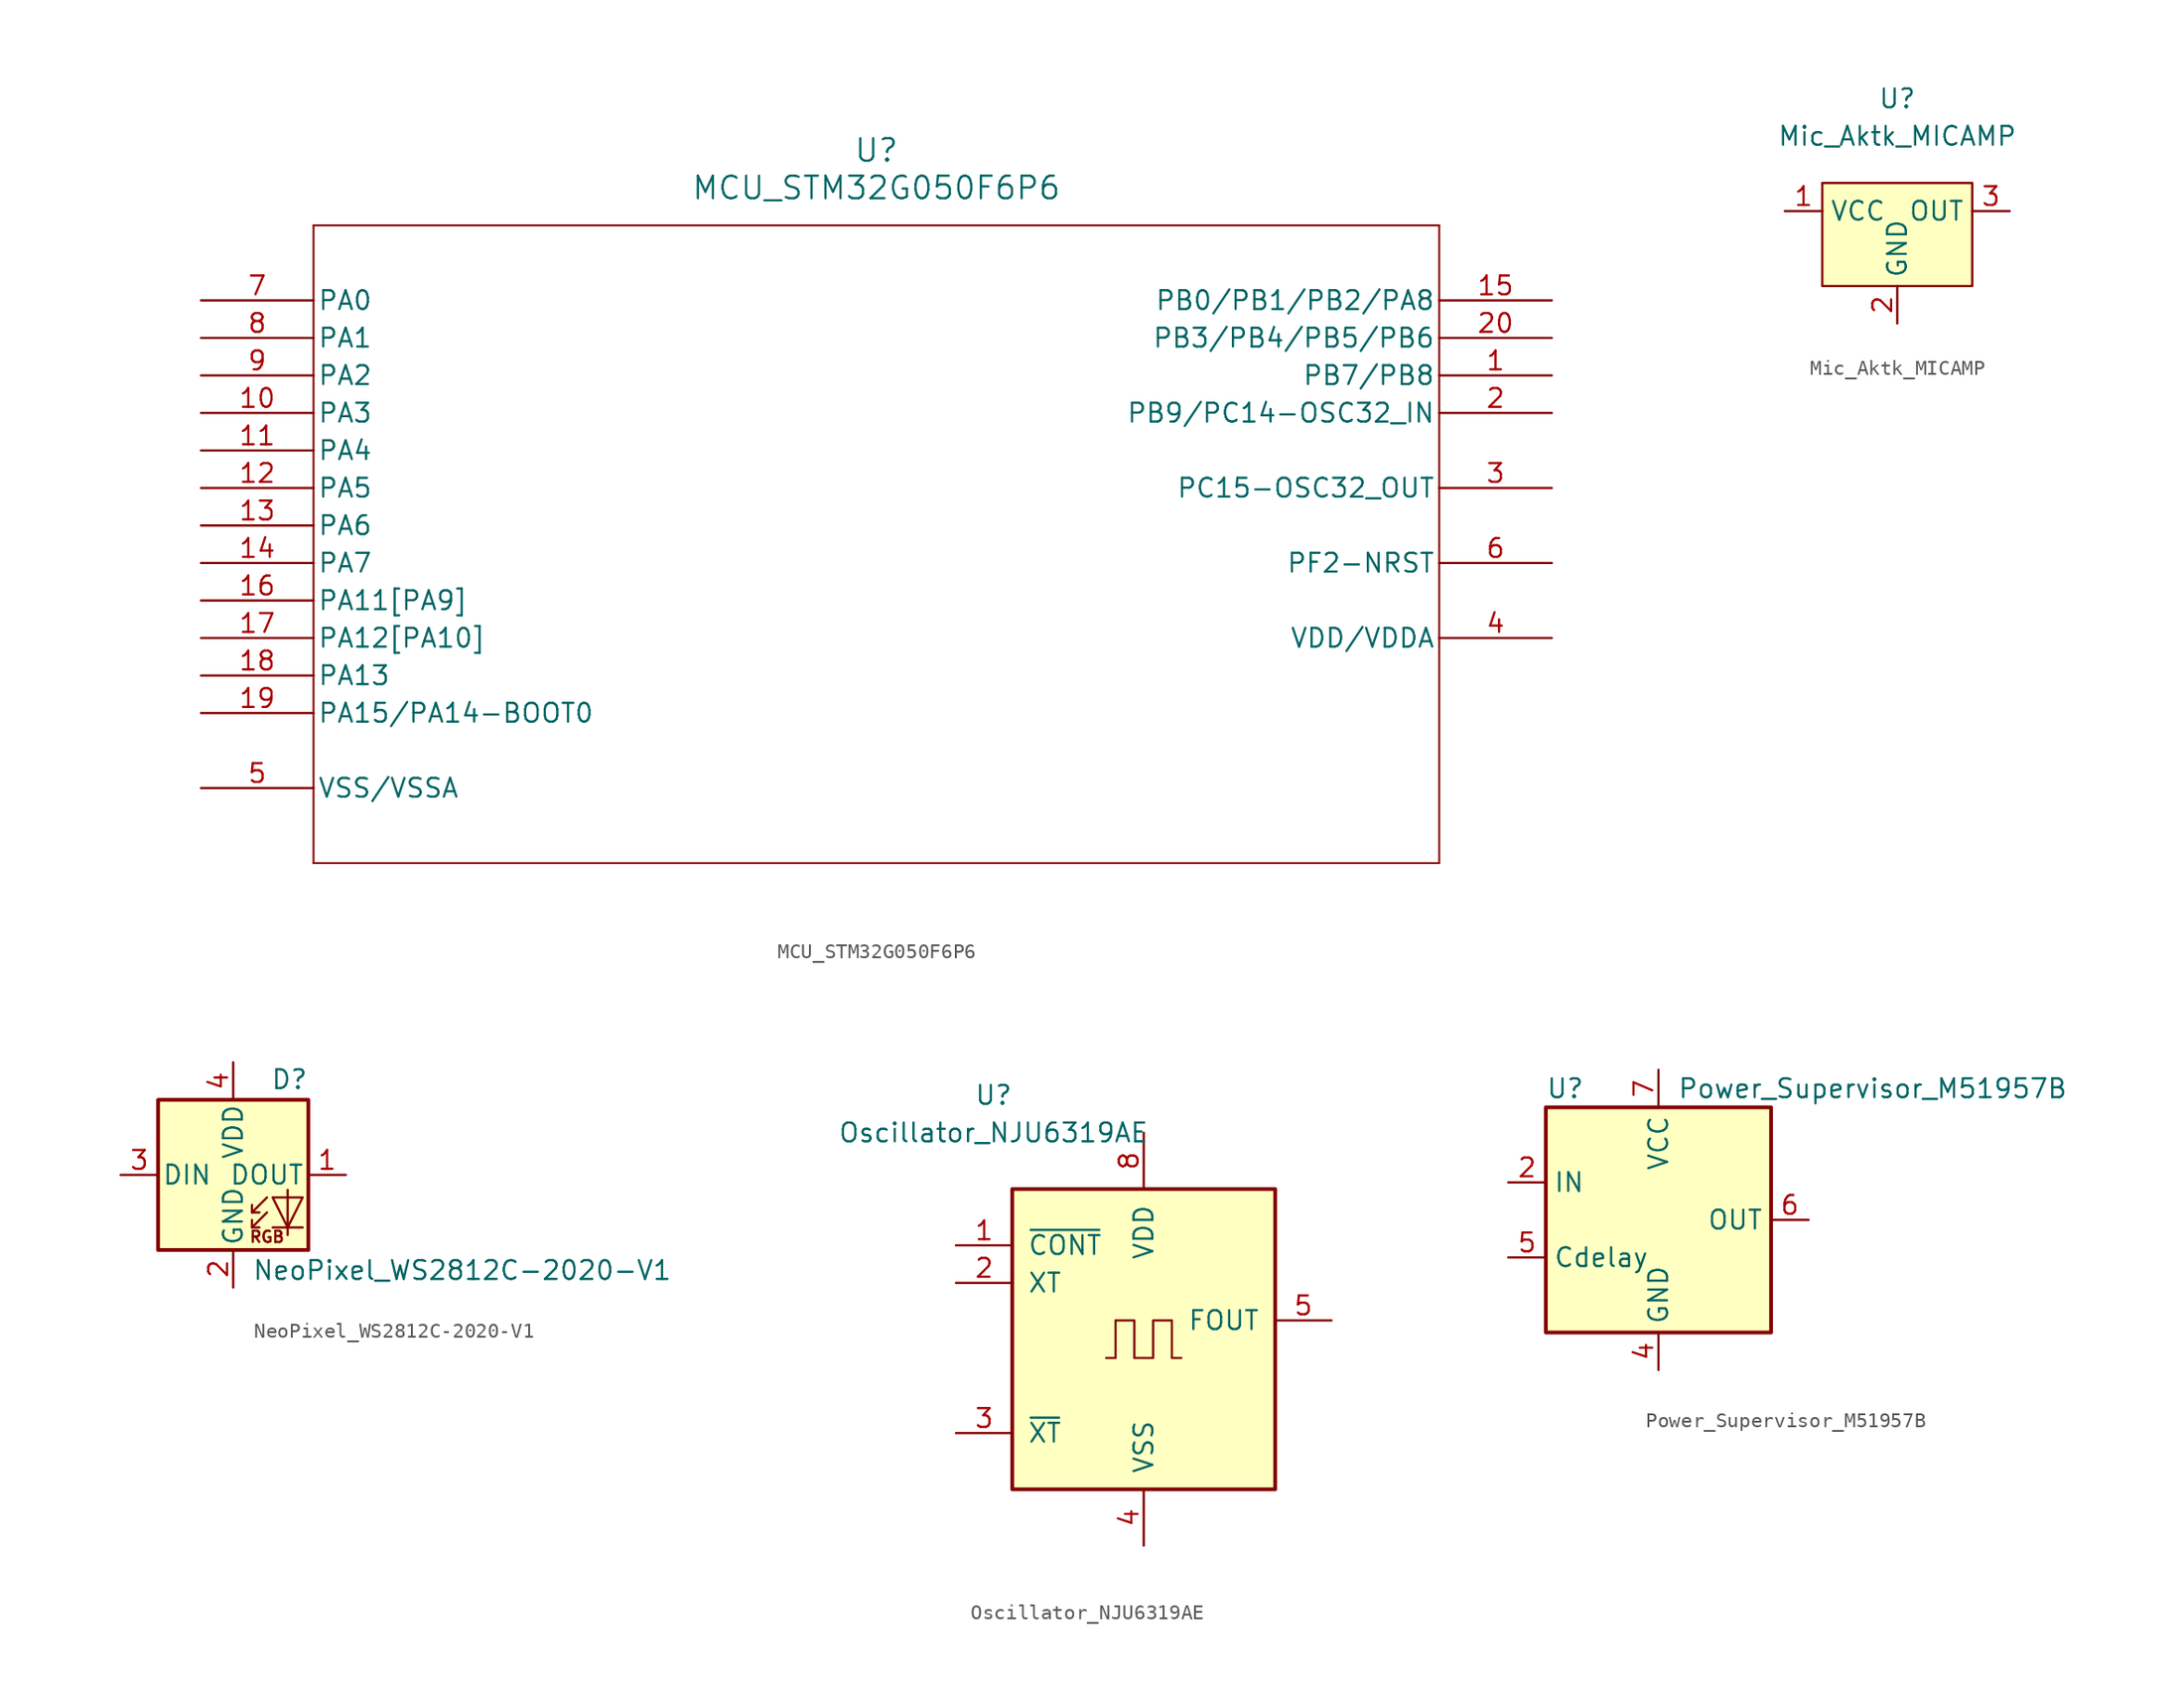
<source format=kicad_sym>
(kicad_symbol_lib
  (version 20220914)
  (generator kicad_symbol_editor)
  (symbol "MCU_STM32G050F6P6"
    (pin_names
      (offset 0.254))
    (property "Reference" "U"
      (at 45.72 10.16 0)
      (effects (font (size 1.524 1.524))))
    (property "Value" "MCU_STM32G050F6P6"
      (at 45.72 7.62 0)
      (effects (font (size 1.524 1.524))))
    (property "ki_locked" ""
      (at 0 0 0)
      (effects (font (size 1.27 1.27))))
    (symbol "MCU_STM32G050F6P6_0_1"
      (polyline (pts (xy 7.62 -38.1) (xy 83.82 -38.1)) (stroke (width 0.127) (type default)) (fill (type none)))
      (polyline (pts (xy 7.62 5.08) (xy 7.62 -38.1)) (stroke (width 0.127) (type default)) (fill (type none)))
      (polyline (pts (xy 83.82 -38.1) (xy 83.82 5.08)) (stroke (width 0.127) (type default)) (fill (type none)))
      (polyline (pts (xy 83.82 5.08) (xy 7.62 5.08)) (stroke (width 0.127) (type default)) (fill (type none)))
      (pin bidirectional line (at 91.44 -5.08 180) (length 7.62) (name "PB7/PB8" (effects (font (size 1.27 1.27)))) (number "1" (effects (font (size 1.27 1.27)))))
      (pin bidirectional line (at 0 -7.62 0) (length 7.62) (name "PA3" (effects (font (size 1.27 1.27)))) (number "10" (effects (font (size 1.27 1.27)))))
      (pin bidirectional line (at 0 -10.16 0) (length 7.62) (name "PA4" (effects (font (size 1.27 1.27)))) (number "11" (effects (font (size 1.27 1.27)))))
      (pin bidirectional line (at 0 -12.7 0) (length 7.62) (name "PA5" (effects (font (size 1.27 1.27)))) (number "12" (effects (font (size 1.27 1.27)))))
      (pin bidirectional line (at 0 -15.24 0) (length 7.62) (name "PA6" (effects (font (size 1.27 1.27)))) (number "13" (effects (font (size 1.27 1.27)))))
      (pin bidirectional line (at 0 -17.78 0) (length 7.62) (name "PA7" (effects (font (size 1.27 1.27)))) (number "14" (effects (font (size 1.27 1.27)))))
      (pin bidirectional line (at 91.44 0 180) (length 7.62) (name "PB0/PB1/PB2/PA8" (effects (font (size 1.27 1.27)))) (number "15" (effects (font (size 1.27 1.27)))))
      (pin bidirectional line (at 0 -20.32 0) (length 7.62) (name "PA11[PA9]" (effects (font (size 1.27 1.27)))) (number "16" (effects (font (size 1.27 1.27)))))
      (pin bidirectional line (at 0 -22.86 0) (length 7.62) (name "PA12[PA10]" (effects (font (size 1.27 1.27)))) (number "17" (effects (font (size 1.27 1.27)))))
      (pin bidirectional line (at 0 -25.4 0) (length 7.62) (name "PA13" (effects (font (size 1.27 1.27)))) (number "18" (effects (font (size 1.27 1.27)))))
      (pin bidirectional line (at 0 -27.94 0) (length 7.62) (name "PA15/PA14-BOOT0" (effects (font (size 1.27 1.27)))) (number "19" (effects (font (size 1.27 1.27)))))
      (pin bidirectional line (at 91.44 -7.62 180) (length 7.62) (name "PB9/PC14-OSC32_IN" (effects (font (size 1.27 1.27)))) (number "2" (effects (font (size 1.27 1.27)))))
      (pin bidirectional line (at 91.44 -2.54 180) (length 7.62) (name "PB3/PB4/PB5/PB6" (effects (font (size 1.27 1.27)))) (number "20" (effects (font (size 1.27 1.27)))))
      (pin bidirectional line (at 91.44 -12.7 180) (length 7.62) (name "PC15-OSC32_OUT" (effects (font (size 1.27 1.27)))) (number "3" (effects (font (size 1.27 1.27)))))
      (pin power_in line (at 91.44 -22.86 180) (length 7.62) (name "VDD/VDDA" (effects (font (size 1.27 1.27)))) (number "4" (effects (font (size 1.27 1.27)))))
      (pin power_in line (at 0 -33.02 0) (length 7.62) (name "VSS/VSSA" (effects (font (size 1.27 1.27)))) (number "5" (effects (font (size 1.27 1.27)))))
      (pin bidirectional line (at 91.44 -17.78 180) (length 7.62) (name "PF2-NRST" (effects (font (size 1.27 1.27)))) (number "6" (effects (font (size 1.27 1.27)))))
      (pin bidirectional line (at 0 0 0) (length 7.62) (name "PA0" (effects (font (size 1.27 1.27)))) (number "7" (effects (font (size 1.27 1.27)))))
      (pin bidirectional line (at 0 -2.54 0) (length 7.62) (name "PA1" (effects (font (size 1.27 1.27)))) (number "8" (effects (font (size 1.27 1.27)))))
      (pin bidirectional line (at 0 -5.08 0) (length 7.62) (name "PA2" (effects (font (size 1.27 1.27)))) (number "9" (effects (font (size 1.27 1.27)))))))
  (symbol "Mic_Aktk_MICAMP"
    (property "Reference" "U"
      (at 0 7.62 0)
      (effects (font (size 1.27 1.27))))
    (property "Value" "Mic_Aktk_MICAMP"
      (at 0 5.08 0)
      (effects (font (size 1.27 1.27))))
    (symbol "Mic_Aktk_MICAMP_0_1"
      (rectangle (start -5.08 1.905) (end 5.08 -5.08) (stroke (width 0) (type default)) (fill (type background))))
    (symbol "Mic_Aktk_MICAMP_1_1"
      (pin power_in line (at -7.62 0 0) (length 2.54) (name "VCC" (effects (font (size 1.27 1.27)))) (number "1" (effects (font (size 1.27 1.27)))))
      (pin bidirectional line (at 0 -7.62 90) (length 2.54) (name "GND" (effects (font (size 1.27 1.27)))) (number "2" (effects (font (size 1.27 1.27)))))
      (pin bidirectional line (at 7.62 0 180) (length 2.54) (name "OUT" (effects (font (size 1.27 1.27)))) (number "3" (effects (font (size 1.27 1.27)))))))
  (symbol "NeoPixel_WS2812C-2020-V1"
    (pin_names
      (offset 0.254))
    (property "Reference" "D"
      (at 5.08 5.715 0)
      (effects (font (size 1.27 1.27)) (justify right bottom)))
    (property "Value" "NeoPixel_WS2812C-2020-V1"
      (at 1.27 -5.715 0)
      (effects (font (size 1.27 1.27)) (justify left top)))
    (symbol "NeoPixel_WS2812C-2020-V1_0_0"
      (text "RGB" (at 2.286 -4.191 0) (effects (font (size 0.762 0.762)))))
    (symbol "NeoPixel_WS2812C-2020-V1_0_1"
      (polyline (pts (xy 1.27 -3.556) (xy 1.778 -3.556)) (stroke (width 0) (type default)) (fill (type none)))
      (polyline (pts (xy 1.27 -2.54) (xy 1.778 -2.54)) (stroke (width 0) (type default)) (fill (type none)))
      (polyline (pts (xy 4.699 -3.556) (xy 2.667 -3.556)) (stroke (width 0) (type default)) (fill (type none)))
      (polyline (pts (xy 2.286 -2.54) (xy 1.27 -3.556) (xy 1.27 -3.048)) (stroke (width 0) (type default)) (fill (type none)))
      (polyline (pts (xy 2.286 -1.524) (xy 1.27 -2.54) (xy 1.27 -2.032)) (stroke (width 0) (type default)) (fill (type none)))
      (polyline (pts (xy 3.683 -1.016) (xy 3.683 -3.556) (xy 3.683 -4.064)) (stroke (width 0) (type default)) (fill (type none)))
      (polyline (pts (xy 4.699 -1.524) (xy 2.667 -1.524) (xy 3.683 -3.556) (xy 4.699 -1.524)) (stroke (width 0) (type default)) (fill (type none)))
      (rectangle (start 5.08 5.08) (end -5.08 -5.08) (stroke (width 0.254) (type default)) (fill (type background))))
    (symbol "NeoPixel_WS2812C-2020-V1_1_1"
      (pin output line (at 7.62 0 180) (length 2.54) (name "DOUT" (effects (font (size 1.27 1.27)))) (number "1" (effects (font (size 1.27 1.27)))))
      (pin power_in line (at 0 -7.62 90) (length 2.54) (name "GND" (effects (font (size 1.27 1.27)))) (number "2" (effects (font (size 1.27 1.27)))))
      (pin input line (at -7.62 0 0) (length 2.54) (name "DIN" (effects (font (size 1.27 1.27)))) (number "3" (effects (font (size 1.27 1.27)))))
      (pin power_in line (at 0 7.62 270) (length 2.54) (name "VDD" (effects (font (size 1.27 1.27)))) (number "4" (effects (font (size 1.27 1.27)))))))
  (symbol "Oscillator_NJU6319AE"
    (pin_names
      (offset 1.016))
    (property "Reference" "U"
      (at -2.54 7.62 0)
      (effects (font (size 1.27 1.27))))
    (property "Value" "Oscillator_NJU6319AE"
      (at -2.54 5.08 0)
      (effects (font (size 1.27 1.27))))
    (symbol "Oscillator_NJU6319AE_0_1"
      (rectangle (start -1.27 1.27) (end 16.51 -19.05) (stroke (width 0.254) (type default)) (fill (type background)))
      (polyline (pts (xy 5.08 -10.16) (xy 5.715 -10.16) (xy 5.715 -7.62) (xy 6.985 -7.62) (xy 6.985 -10.16) (xy 8.255 -10.16) (xy 8.255 -7.62) (xy 9.525 -7.62) (xy 9.525 -10.16) (xy 10.16 -10.16)) (stroke (width 0) (type default)) (fill (type none))))
    (symbol "Oscillator_NJU6319AE_1_1"
      (pin bidirectional line (at -5.08 -2.54 0) (length 3.81) (name "~{CONT}" (effects (font (size 1.27 1.27)))) (number "1" (effects (font (size 1.27 1.27)))))
      (pin bidirectional line (at -5.08 -5.08 0) (length 3.81) (name "XT" (effects (font (size 1.27 1.27)))) (number "2" (effects (font (size 1.27 1.27)))))
      (pin bidirectional line (at -5.08 -15.24 0) (length 3.81) (name "~{XT}" (effects (font (size 1.27 1.27)))) (number "3" (effects (font (size 1.27 1.27)))))
      (pin bidirectional line (at 7.62 -22.86 90) (length 3.81) (name "VSS" (effects (font (size 1.27 1.27)))) (number "4" (effects (font (size 1.27 1.27)))))
      (pin bidirectional line (at 20.32 -7.62 180) (length 3.81) (name "FOUT" (effects (font (size 1.27 1.27)))) (number "5" (effects (font (size 1.27 1.27)))))
      (pin no_connect line (at 20.32 -10.16 180) (length 3.81) hide (name "NC" (effects (font (size 1.27 1.27)))) (number "6" (effects (font (size 1.27 1.27)))))
      (pin no_connect line (at 20.32 -12.7 180) (length 3.81) hide (name "NC" (effects (font (size 1.27 1.27)))) (number "7" (effects (font (size 1.27 1.27)))))
      (pin bidirectional line (at 7.62 5.08 270) (length 3.81) (name "VDD" (effects (font (size 1.27 1.27)))) (number "8" (effects (font (size 1.27 1.27)))))))
  (symbol "Power_Supervisor_M51957B"
    (property "Reference" "U"
      (at -7.62 6.35 0)
      (effects (font (size 1.27 1.27)) (justify left)))
    (property "Value" "Power_Supervisor_M51957B"
      (at 1.27 6.35 0)
      (effects (font (size 1.27 1.27)) (justify left)))
    (symbol "Power_Supervisor_M51957B_0_0"
      (pin bidirectional line (at -10.16 -5.08 0) (length 2.54) (name "Cdelay" (effects (font (size 1.27 1.27)))) (number "5" (effects (font (size 1.27 1.27)))))
      (pin bidirectional line (at 10.16 -2.54 180) (length 2.54) (name "OUT" (effects (font (size 1.27 1.27)))) (number "6" (effects (font (size 1.27 1.27)))))
      (pin bidirectional line (at 0 7.62 270) (length 2.54) (name "VCC" (effects (font (size 1.27 1.27)))) (number "7" (effects (font (size 1.27 1.27)))))
      (pin no_connect line (at 10.16 -5.08 180) (length 2.54) hide (name "NC" (effects (font (size 1.27 1.27)))) (number "8" (effects (font (size 1.27 1.27))))))
    (symbol "Power_Supervisor_M51957B_0_1"
      (rectangle (start -7.62 5.08) (end 7.62 -10.16) (stroke (width 0.254) (type default)) (fill (type background))))
    (symbol "Power_Supervisor_M51957B_1_1"
      (pin no_connect line (at 10.16 0 180) (length 2.54) hide (name "NC" (effects (font (size 1.27 1.27)))) (number "1" (effects (font (size 1.27 1.27)))))
      (pin bidirectional line (at -10.16 0 0) (length 2.54) (name "IN" (effects (font (size 1.27 1.27)))) (number "2" (effects (font (size 1.27 1.27)))))
      (pin no_connect line (at 10.16 2.54 180) (length 2.54) hide (name "NC" (effects (font (size 1.27 1.27)))) (number "3" (effects (font (size 1.27 1.27)))))
      (pin bidirectional line (at 0 -12.7 90) (length 2.54) (name "GND" (effects (font (size 1.27 1.27)))) (number "4" (effects (font (size 1.27 1.27))))))))
</source>
